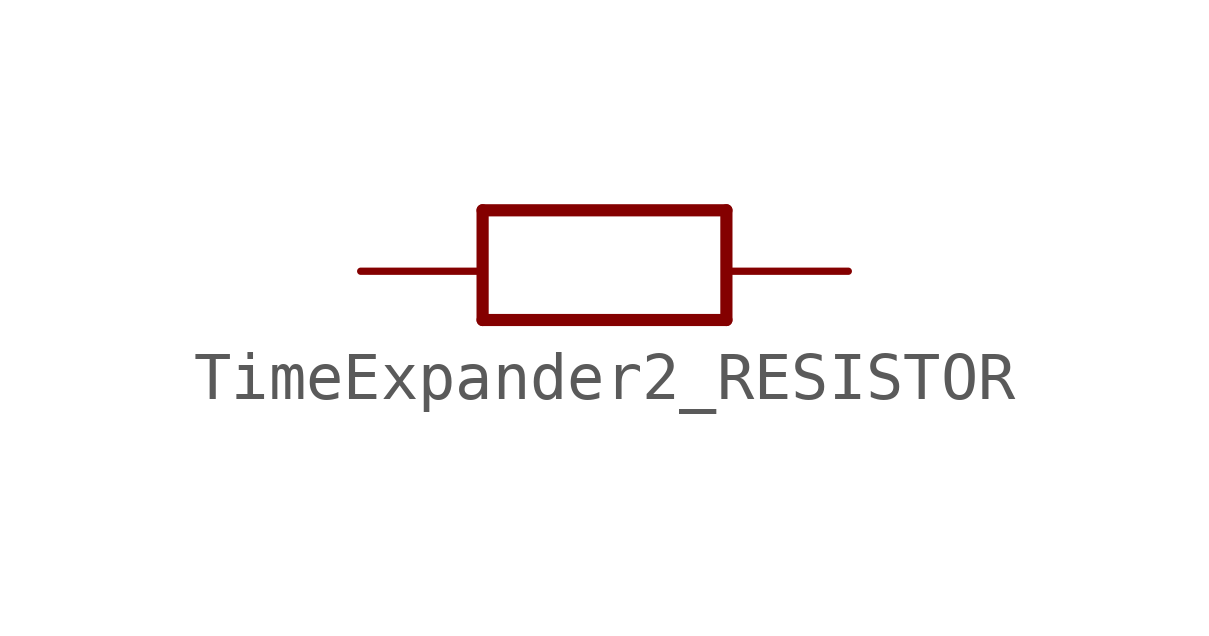
<source format=kicad_sym>
(kicad_symbol_lib
  (version 20231120)
  (generator "kicad_symbol_editor")
  (generator_version "8.0")
  (symbol "TimeExpander2_RESISTOR"
    (property "Reference" ""
      (at 4.064 1.905 0)
      (effects (font (size 1.27 1.079)) (justify left bottom) (hide yes)))
    (property "Value" ""
      (at 4.064 -0.381 0)
      (effects (font (size 1.27 1.079)) (justify left bottom)))
    (property "ki_locked" ""
      (at 0 0 0)
      (effects (font (size 1.27 1.27))))
    (symbol "TimeExpander2_RESISTOR_1_0"
      (polyline (pts (xy 2.54 -1.016) (xy 7.62 -1.016)) (stroke (width 0.254) (type solid)) (fill (type none)))
      (polyline (pts (xy 2.54 1.27) (xy 2.54 -1.016)) (stroke (width 0.254) (type solid)) (fill (type none)))
      (polyline (pts (xy 7.62 -1.016) (xy 7.62 1.27)) (stroke (width 0.254) (type solid)) (fill (type none)))
      (polyline (pts (xy 7.62 1.27) (xy 2.54 1.27)) (stroke (width 0.254) (type solid)) (fill (type none)))
      (pin bidirectional line (at 0 0 0) (length 2.54) (name "P$1" (effects (font (size 0 0)))) (number "P$1" (effects (font (size 0 0)))))
      (pin bidirectional line (at 10.16 0 180) (length 2.54) (name "P$2" (effects (font (size 0 0)))) (number "P$2" (effects (font (size 0 0))))))))
</source>
